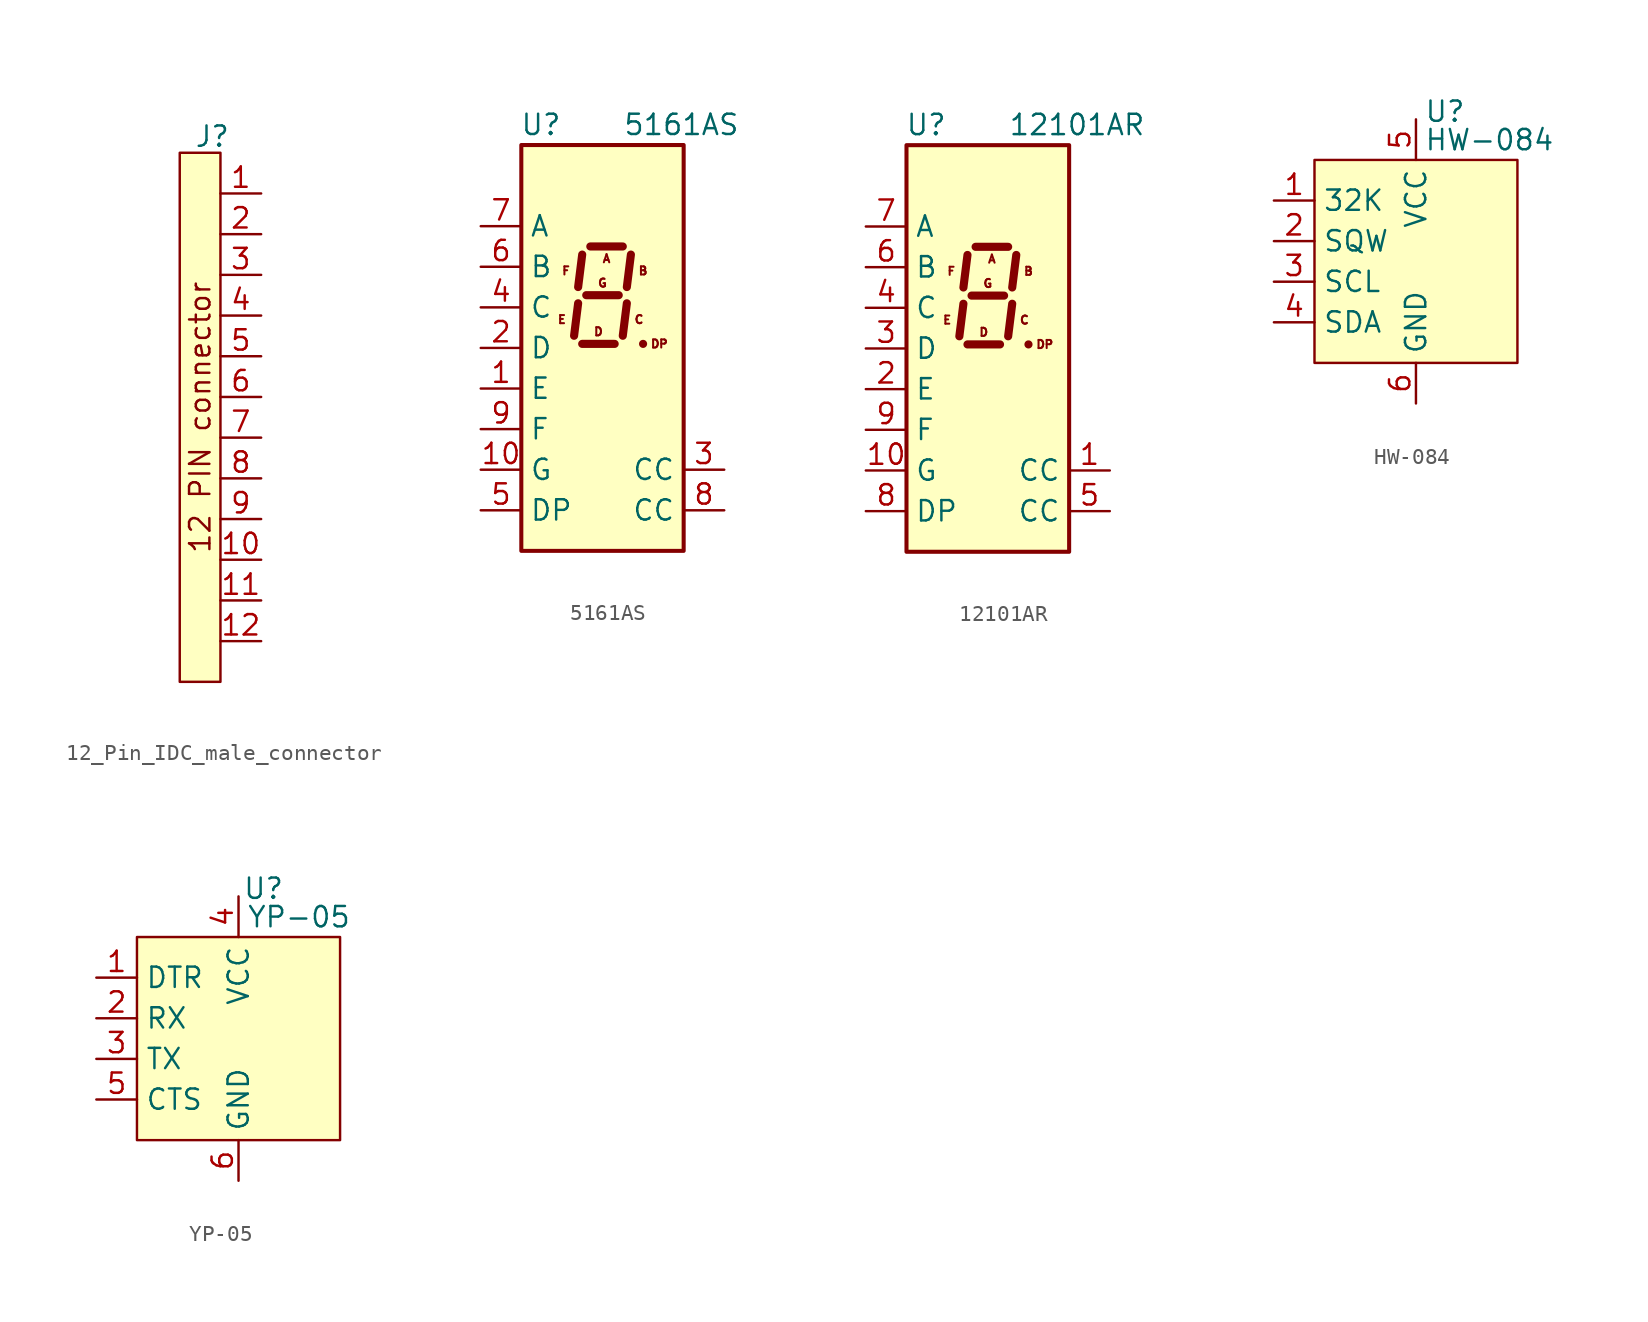
<source format=kicad_sym>
(kicad_symbol_lib
  (version 20241209)
  (generator "kicad_symbol_editor")
  (generator_version "9.0")
  (symbol "12_Pin_IDC_male_connector"
    (property "Reference" "J"
      (at 0.762 1.016 0)
      (effects (font (size 1.27 1.27))))
    (property "Value" ""
      (at 0 0 0)
      (effects (font (size 1.27 1.27))))
    (symbol "12_Pin_IDC_male_connector_1_1"
      (rectangle (start -1.27 0) (end 1.27 -33.02) (stroke (width 0) (type solid)) (fill (type background)))
      (text "12 PIN connector" (at 0 -16.51 900) (effects (font (size 1.27 1.27))))
      (pin bidirectional line (at 3.81 -2.54 180) (length 2.54) (name "" (effects (font (size 1.27 1.27)))) (number "1" (effects (font (size 1.27 1.27)))))
      (pin bidirectional line (at 3.81 -5.08 180) (length 2.54) (name "" (effects (font (size 1.27 1.27)))) (number "2" (effects (font (size 1.27 1.27)))))
      (pin bidirectional line (at 3.81 -7.62 180) (length 2.54) (name "" (effects (font (size 1.27 1.27)))) (number "3" (effects (font (size 1.27 1.27)))))
      (pin bidirectional line (at 3.81 -10.16 180) (length 2.54) (name "" (effects (font (size 1.27 1.27)))) (number "4" (effects (font (size 1.27 1.27)))))
      (pin bidirectional line (at 3.81 -12.7 180) (length 2.54) (name "" (effects (font (size 1.27 1.27)))) (number "5" (effects (font (size 1.27 1.27)))))
      (pin bidirectional line (at 3.81 -15.24 180) (length 2.54) (name "" (effects (font (size 1.27 1.27)))) (number "6" (effects (font (size 1.27 1.27)))))
      (pin bidirectional line (at 3.81 -17.78 180) (length 2.54) (name "" (effects (font (size 1.27 1.27)))) (number "7" (effects (font (size 1.27 1.27)))))
      (pin bidirectional line (at 3.81 -20.32 180) (length 2.54) (name "" (effects (font (size 1.27 1.27)))) (number "8" (effects (font (size 1.27 1.27)))))
      (pin bidirectional line (at 3.81 -22.86 180) (length 2.54) (name "" (effects (font (size 1.27 1.27)))) (number "9" (effects (font (size 1.27 1.27)))))
      (pin bidirectional line (at 3.81 -25.4 180) (length 2.54) (name "" (effects (font (size 1.27 1.27)))) (number "10" (effects (font (size 1.27 1.27)))))
      (pin bidirectional line (at 3.81 -27.94 180) (length 2.54) (name "" (effects (font (size 1.27 1.27)))) (number "11" (effects (font (size 1.27 1.27)))))
      (pin bidirectional line (at 3.81 -30.48 180) (length 2.54) (name "" (effects (font (size 1.27 1.27)))) (number "12" (effects (font (size 1.27 1.27)))))))
  (symbol "5161AS"
    (property "Reference" "U"
      (at -2.54 13.97 0)
      (effects (font (size 1.27 1.27)) (justify right)))
    (property "Value" "5161AS"
      (at 1.27 13.97 0)
      (effects (font (size 1.27 1.27)) (justify left)))
    (symbol "5161AS_0_0"
      (text "E" (at -2.54 1.778 0) (effects (font (size 0.508 0.508))))
      (text "F" (at -2.286 4.826 0) (effects (font (size 0.508 0.508))))
      (text "D" (at -0.254 1.016 0) (effects (font (size 0.508 0.508))))
      (text "G" (at 0 4.064 0) (effects (font (size 0.508 0.508))))
      (text "A" (at 0.254 5.588 0) (effects (font (size 0.508 0.508))))
      (text "C" (at 2.286 1.778 0) (effects (font (size 0.508 0.508))))
      (text "B" (at 2.54 4.826 0) (effects (font (size 0.508 0.508))))
      (text "DP" (at 3.556 0.254 0) (effects (font (size 0.508 0.508)))))
    (symbol "5161AS_0_1"
      (rectangle (start -5.08 12.7) (end 5.08 -12.7) (stroke (width 0.254) (type default)) (fill (type background)))
      (polyline (pts (xy -1.524 2.794) (xy -1.778 0.762)) (stroke (width 0.508) (type default)) (fill (type none)))
      (polyline (pts (xy -1.27 5.842) (xy -1.524 3.81)) (stroke (width 0.508) (type default)) (fill (type none)))
      (polyline (pts (xy -1.27 0.254) (xy 0.762 0.254)) (stroke (width 0.508) (type default)) (fill (type none)))
      (polyline (pts (xy -1.016 3.302) (xy 1.016 3.302)) (stroke (width 0.508) (type default)) (fill (type none)))
      (polyline (pts (xy -0.762 6.35) (xy 1.27 6.35)) (stroke (width 0.508) (type default)) (fill (type none)))
      (polyline (pts (xy 1.524 2.794) (xy 1.27 0.762)) (stroke (width 0.508) (type default)) (fill (type none)))
      (polyline (pts (xy 1.778 5.842) (xy 1.524 3.81)) (stroke (width 0.508) (type default)) (fill (type none)))
      (polyline (pts (xy 2.54 0.254) (xy 2.54 0.254)) (stroke (width 0.508) (type default)) (fill (type none))))
    (symbol "5161AS_1_1"
      (pin input line (at -7.62 7.62 0) (length 2.54) (name "A" (effects (font (size 1.27 1.27)))) (number "7" (effects (font (size 1.27 1.27)))))
      (pin input line (at -7.62 5.08 0) (length 2.54) (name "B" (effects (font (size 1.27 1.27)))) (number "6" (effects (font (size 1.27 1.27)))))
      (pin input line (at -7.62 2.54 0) (length 2.54) (name "C" (effects (font (size 1.27 1.27)))) (number "4" (effects (font (size 1.27 1.27)))))
      (pin input line (at -7.62 0 0) (length 2.54) (name "D" (effects (font (size 1.27 1.27)))) (number "2" (effects (font (size 1.27 1.27)))))
      (pin input line (at -7.62 -2.54 0) (length 2.54) (name "E" (effects (font (size 1.27 1.27)))) (number "1" (effects (font (size 1.27 1.27)))))
      (pin input line (at -7.62 -5.08 0) (length 2.54) (name "F" (effects (font (size 1.27 1.27)))) (number "9" (effects (font (size 1.27 1.27)))))
      (pin input line (at -7.62 -7.62 0) (length 2.54) (name "G" (effects (font (size 1.27 1.27)))) (number "10" (effects (font (size 1.27 1.27)))))
      (pin input line (at -7.62 -10.16 0) (length 2.54) (name "DP" (effects (font (size 1.27 1.27)))) (number "5" (effects (font (size 1.27 1.27)))))
      (pin input line (at 7.62 -7.62 180) (length 2.54) (name "CC" (effects (font (size 1.27 1.27)))) (number "3" (effects (font (size 1.27 1.27)))))
      (pin input line (at 7.62 -10.16 180) (length 2.54) (name "CC" (effects (font (size 1.27 1.27)))) (number "8" (effects (font (size 1.27 1.27)))))))
  (symbol "12101AR"
    (property "Reference" "U"
      (at -2.54 13.97 0)
      (effects (font (size 1.27 1.27)) (justify right)))
    (property "Value" "12101AR"
      (at 1.27 13.97 0)
      (effects (font (size 1.27 1.27)) (justify left)))
    (symbol "12101AR_0_0"
      (text "E" (at -2.54 1.778 0) (effects (font (size 0.508 0.508))))
      (text "F" (at -2.286 4.826 0) (effects (font (size 0.508 0.508))))
      (text "D" (at -0.254 1.016 0) (effects (font (size 0.508 0.508))))
      (text "G" (at 0 4.064 0) (effects (font (size 0.508 0.508))))
      (text "A" (at 0.254 5.588 0) (effects (font (size 0.508 0.508))))
      (text "C" (at 2.286 1.778 0) (effects (font (size 0.508 0.508))))
      (text "B" (at 2.54 4.826 0) (effects (font (size 0.508 0.508))))
      (text "DP" (at 3.556 0.254 0) (effects (font (size 0.508 0.508)))))
    (symbol "12101AR_0_1"
      (rectangle (start -5.08 12.7) (end 5.08 -12.7) (stroke (width 0.254) (type default)) (fill (type background)))
      (polyline (pts (xy -1.524 2.794) (xy -1.778 0.762)) (stroke (width 0.508) (type default)) (fill (type none)))
      (polyline (pts (xy -1.27 5.842) (xy -1.524 3.81)) (stroke (width 0.508) (type default)) (fill (type none)))
      (polyline (pts (xy -1.27 0.254) (xy 0.762 0.254)) (stroke (width 0.508) (type default)) (fill (type none)))
      (polyline (pts (xy -1.016 3.302) (xy 1.016 3.302)) (stroke (width 0.508) (type default)) (fill (type none)))
      (polyline (pts (xy -0.762 6.35) (xy 1.27 6.35)) (stroke (width 0.508) (type default)) (fill (type none)))
      (polyline (pts (xy 1.524 2.794) (xy 1.27 0.762)) (stroke (width 0.508) (type default)) (fill (type none)))
      (polyline (pts (xy 1.778 5.842) (xy 1.524 3.81)) (stroke (width 0.508) (type default)) (fill (type none)))
      (polyline (pts (xy 2.54 0.254) (xy 2.54 0.254)) (stroke (width 0.508) (type default)) (fill (type none))))
    (symbol "12101AR_1_1"
      (pin input line (at -7.62 7.62 0) (length 2.54) (name "A" (effects (font (size 1.27 1.27)))) (number "7" (effects (font (size 1.27 1.27)))))
      (pin input line (at -7.62 5.08 0) (length 2.54) (name "B" (effects (font (size 1.27 1.27)))) (number "6" (effects (font (size 1.27 1.27)))))
      (pin input line (at -7.62 2.54 0) (length 2.54) (name "C" (effects (font (size 1.27 1.27)))) (number "4" (effects (font (size 1.27 1.27)))))
      (pin input line (at -7.62 0 0) (length 2.54) (name "D" (effects (font (size 1.27 1.27)))) (number "3" (effects (font (size 1.27 1.27)))))
      (pin input line (at -7.62 -2.54 0) (length 2.54) (name "E" (effects (font (size 1.27 1.27)))) (number "2" (effects (font (size 1.27 1.27)))))
      (pin input line (at -7.62 -5.08 0) (length 2.54) (name "F" (effects (font (size 1.27 1.27)))) (number "9" (effects (font (size 1.27 1.27)))))
      (pin input line (at -7.62 -7.62 0) (length 2.54) (name "G" (effects (font (size 1.27 1.27)))) (number "10" (effects (font (size 1.27 1.27)))))
      (pin input line (at -7.62 -10.16 0) (length 2.54) (name "DP" (effects (font (size 1.27 1.27)))) (number "8" (effects (font (size 1.27 1.27)))))
      (pin input line (at 7.62 -7.62 180) (length 2.54) (name "CC" (effects (font (size 1.27 1.27)))) (number "1" (effects (font (size 1.27 1.27)))))
      (pin input line (at 7.62 -10.16 180) (length 2.54) (name "CC" (effects (font (size 1.27 1.27)))) (number "5" (effects (font (size 1.27 1.27)))))))
  (symbol "HW-084"
    (property "Reference" "U"
      (at 0.508 2.286 0)
      (effects (font (size 1.27 1.27)) (justify left bottom)))
    (property "Value" "HW-084"
      (at 0.508 0.508 0)
      (effects (font (size 1.27 1.27)) (justify left bottom)))
    (symbol "HW-084_1_1"
      (rectangle (start -6.35 0) (end 6.35 -12.7) (stroke (width 0) (type solid)) (fill (type background)))
      (pin output line (at -8.89 -2.54 0) (length 2.54) (name "32K" (effects (font (size 1.27 1.27)))) (number "1" (effects (font (size 1.27 1.27)))))
      (pin output line (at -8.89 -5.08 0) (length 2.54) (name "SQW" (effects (font (size 1.27 1.27)))) (number "2" (effects (font (size 1.27 1.27)))))
      (pin input line (at -8.89 -7.62 0) (length 2.54) (name "SCL" (effects (font (size 1.27 1.27)))) (number "3" (effects (font (size 1.27 1.27)))))
      (pin bidirectional line (at -8.89 -10.16 0) (length 2.54) (name "SDA" (effects (font (size 1.27 1.27)))) (number "4" (effects (font (size 1.27 1.27)))))
      (pin output line (at 0 2.54 270) (length 2.54) (name "VCC" (effects (font (size 1.27 1.27)))) (number "5" (effects (font (size 1.27 1.27)))))
      (pin output line (at 0 -15.24 90) (length 2.54) (name "GND" (effects (font (size 1.27 1.27)))) (number "6" (effects (font (size 1.27 1.27)))))))
  (symbol "YP-05"
    (property "Reference" "U"
      (at 0.254 2.286 0)
      (effects (font (size 1.27 1.27)) (justify left bottom)))
    (property "Value" "YP-05"
      (at 0.508 0.508 0)
      (effects (font (size 1.27 1.27)) (justify left bottom)))
    (symbol "YP-05_1_1"
      (rectangle (start -6.35 0) (end 6.35 -12.7) (stroke (width 0) (type solid)) (fill (type background)))
      (pin input line (at -8.89 -2.54 0) (length 2.54) (name "DTR" (effects (font (size 1.27 1.27)))) (number "1" (effects (font (size 1.27 1.27)))))
      (pin input line (at -8.89 -5.08 0) (length 2.54) (name "RX" (effects (font (size 1.27 1.27)))) (number "2" (effects (font (size 1.27 1.27)))))
      (pin input line (at -8.89 -7.62 0) (length 2.54) (name "TX" (effects (font (size 1.27 1.27)))) (number "3" (effects (font (size 1.27 1.27)))))
      (pin input line (at -8.89 -10.16 0) (length 2.54) (name "CTS" (effects (font (size 1.27 1.27)))) (number "5" (effects (font (size 1.27 1.27)))))
      (pin input line (at 0 2.54 270) (length 2.54) (name "VCC" (effects (font (size 1.27 1.27)))) (number "4" (effects (font (size 1.27 1.27)))))
      (pin input line (at 0 -15.24 90) (length 2.54) (name "GND" (effects (font (size 1.27 1.27)))) (number "6" (effects (font (size 1.27 1.27))))))))
</source>
